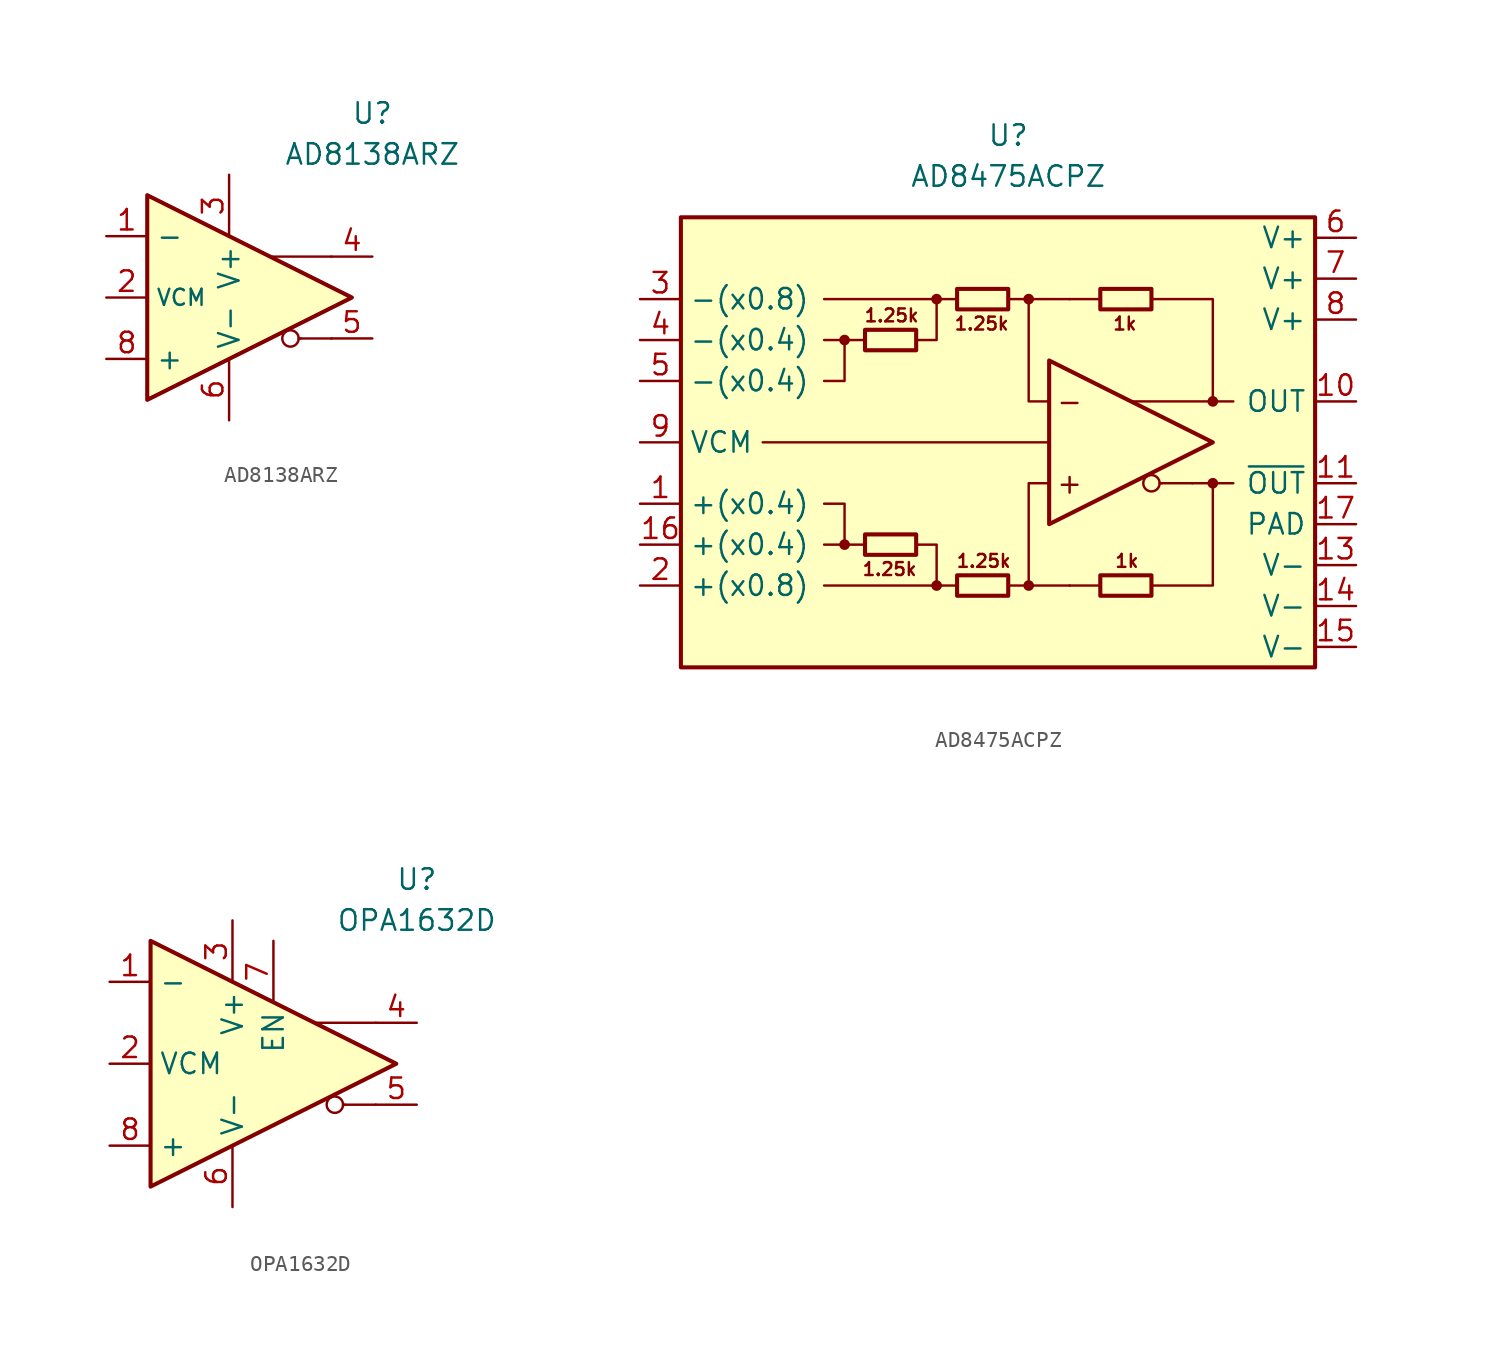
<source format=kicad_sym>
(kicad_symbol_lib
  (version 20211014)
  (generator kicad_symbol_editor)
  (symbol "AD8138ARZ"
    (property "Reference" "U"
      (at 8.89 11.43 0)
      (effects (font (size 1.27 1.27))))
    (property "Value" "AD8138ARZ"
      (at 8.89 8.89 0)
      (effects (font (size 1.27 1.27))))
    (symbol "AD8138ARZ_0_0"
      (polyline (pts (xy 4.445 -2.54) (xy 4.318 -2.54)) (stroke (width 0.152) (type default) (color 0 0 0 0)) (fill (type none)))
      (polyline (pts (xy 6.35 -2.54) (xy 4.445 -2.54)) (stroke (width 0.152) (type default) (color 0 0 0 0)) (fill (type none)))
      (polyline (pts (xy 6.35 2.54) (xy 2.54 2.54)) (stroke (width 0.152) (type default) (color 0 0 0 0)) (fill (type none)))
      (circle (center 3.81 -2.54) (radius 0.508) (stroke (width 0.152) (type default) (color 0 0 0 0)) (fill (type none))))
    (symbol "AD8138ARZ_0_1"
      (polyline (pts (xy -5.08 6.35) (xy -5.08 -6.35) (xy 7.62 0) (xy -5.08 6.35)) (stroke (width 0.254) (type default) (color 0 0 0 0)) (fill (type background))))
    (symbol "AD8138ARZ_1_1"
      (pin input line (at -7.62 3.81 0) (length 2.54) (name "-" (effects (font (size 1.27 1.27)))) (number "1" (effects (font (size 1.27 1.27)))))
      (pin input line (at -7.62 0 0) (length 2.54) (name "VCM" (effects (font (size 1 1)))) (number "2" (effects (font (size 1.27 1.27)))))
      (pin power_in line (at 0 7.62 270) (length 3.84) (name "V+" (effects (font (size 1.27 1.27)))) (number "3" (effects (font (size 1.27 1.27)))))
      (pin output line (at 8.89 2.54 180) (length 2.54) (name "~" (effects (font (size 1.27 1.27)))) (number "4" (effects (font (size 1.27 1.27)))))
      (pin output line (at 8.89 -2.54 180) (length 2.54) (name "~" (effects (font (size 1.27 1.27)))) (number "5" (effects (font (size 1.27 1.27)))))
      (pin power_in line (at 0 -7.62 90) (length 3.84) (name "V-" (effects (font (size 1.27 1.27)))) (number "6" (effects (font (size 1.27 1.27)))))
      (pin no_connect line (at 0 0 0) (length 2.54) hide (name "NC" (effects (font (size 1.27 1.27)))) (number "7" (effects (font (size 1.27 1.27)))))
      (pin input line (at -7.62 -3.81 0) (length 2.54) (name "+" (effects (font (size 1.27 1.27)))) (number "8" (effects (font (size 1.27 1.27)))))))
  (symbol "AD8475ACPZ"
    (property "Reference" "U"
      (at 0 19.05 0)
      (effects (font (size 1.27 1.27))))
    (property "Value" "AD8475ACPZ"
      (at 0 16.51 0)
      (effects (font (size 1.27 1.27))))
    (symbol "AD8475ACPZ_0_0"
      (rectangle (start -20.32 13.97) (end 19.05 -13.97) (stroke (width 0.254) (type default) (color 0 0 0 0)) (fill (type background)))
      (circle (center -10.16 -6.35) (radius 0.254) (stroke (width 0.152) (type default) (color 0 0 0 0)) (fill (type outline)))
      (circle (center -10.16 6.35) (radius 0.254) (stroke (width 0.152) (type default) (color 0 0 0 0)) (fill (type outline)))
      (circle (center -4.445 -8.89) (radius 0.254) (stroke (width 0.152) (type default) (color 0 0 0 0)) (fill (type outline)))
      (circle (center -4.445 8.89) (radius 0.254) (stroke (width 0.152) (type default) (color 0 0 0 0)) (fill (type outline)))
      (polyline (pts (xy -8.89 -6.35) (xy -11.43 -6.35)) (stroke (width 0.152) (type default) (color 0 0 0 0)) (fill (type none)))
      (polyline (pts (xy -8.89 6.35) (xy -11.43 6.35)) (stroke (width 0.152) (type default) (color 0 0 0 0)) (fill (type none)))
      (polyline (pts (xy -4.445 8.89) (xy -11.43 8.89)) (stroke (width 0.152) (type default) (color 0 0 0 0)) (fill (type none)))
      (polyline (pts (xy -3.175 -8.89) (xy -11.43 -8.89)) (stroke (width 0.152) (type default) (color 0 0 0 0)) (fill (type none)))
      (polyline (pts (xy -3.175 8.89) (xy -4.445 8.89)) (stroke (width 0.152) (type default) (color 0 0 0 0)) (fill (type none)))
      (polyline (pts (xy 1.27 8.89) (xy 3.81 8.89)) (stroke (width 0.152) (type default) (color 0 0 0 0)) (fill (type none)))
      (polyline (pts (xy 3.81 -8.89) (xy 1.27 -8.89)) (stroke (width 0.152) (type default) (color 0 0 0 0)) (fill (type none)))
      (polyline (pts (xy 5.715 -8.89) (xy 3.81 -8.89)) (stroke (width 0.152) (type default) (color 0 0 0 0)) (fill (type none)))
      (polyline (pts (xy 5.715 8.89) (xy 3.81 8.89)) (stroke (width 0.152) (type default) (color 0 0 0 0)) (fill (type none)))
      (polyline (pts (xy 9.525 -2.54) (xy 9.398 -2.54)) (stroke (width 0.152) (type default) (color 0 0 0 0)) (fill (type none)))
      (polyline (pts (xy 11.43 -2.54) (xy 9.525 -2.54)) (stroke (width 0.152) (type default) (color 0 0 0 0)) (fill (type none)))
      (polyline (pts (xy 12.7 -2.54) (xy 13.97 -2.54)) (stroke (width 0.152) (type default) (color 0 0 0 0)) (fill (type none)))
      (polyline (pts (xy 12.7 2.54) (xy 13.97 2.54)) (stroke (width 0.152) (type default) (color 0 0 0 0)) (fill (type none)))
      (polyline (pts (xy -10.16 -6.35) (xy -10.16 -3.81) (xy -11.43 -3.81)) (stroke (width 0.152) (type default) (color 0 0 0 0)) (fill (type none)))
      (polyline (pts (xy -10.16 6.35) (xy -10.16 3.81) (xy -11.43 3.81)) (stroke (width 0.152) (type default) (color 0 0 0 0)) (fill (type none)))
      (polyline (pts (xy -5.715 -6.35) (xy -4.445 -6.35) (xy -4.445 -8.89)) (stroke (width 0.152) (type default) (color 0 0 0 0)) (fill (type none)))
      (polyline (pts (xy -5.715 6.35) (xy -4.445 6.35) (xy -4.445 8.89)) (stroke (width 0.152) (type default) (color 0 0 0 0)) (fill (type none)))
      (polyline (pts (xy 0 -8.89) (xy 1.27 -8.89) (xy 1.27 -2.54) (xy 2.54 -2.54)) (stroke (width 0.152) (type default) (color 0 0 0 0)) (fill (type none)))
      (polyline (pts (xy 2.54 2.54) (xy 1.27 2.54) (xy 1.27 8.89) (xy 0 8.89)) (stroke (width 0.152) (type default) (color 0 0 0 0)) (fill (type none)))
      (polyline (pts (xy 8.89 8.89) (xy 12.7 8.89) (xy 12.7 2.54) (xy 7.62 2.54)) (stroke (width 0.152) (type default) (color 0 0 0 0)) (fill (type none)))
      (polyline (pts (xy 11.43 -2.54) (xy 12.7 -2.54) (xy 12.7 -8.89) (xy 8.89 -8.89)) (stroke (width 0.152) (type default) (color 0 0 0 0)) (fill (type none)))
      (circle (center 1.27 -8.89) (radius 0.254) (stroke (width 0.152) (type default) (color 0 0 0 0)) (fill (type outline)))
      (circle (center 1.27 8.89) (radius 0.254) (stroke (width 0.152) (type default) (color 0 0 0 0)) (fill (type outline)))
      (circle (center 8.89 -2.54) (radius 0.508) (stroke (width 0.152) (type default) (color 0 0 0 0)) (fill (type none)))
      (circle (center 12.7 -2.54) (radius 0.254) (stroke (width 0.152) (type default) (color 0 0 0 0)) (fill (type outline)))
      (circle (center 12.7 2.54) (radius 0.254) (stroke (width 0.152) (type default) (color 0 0 0 0)) (fill (type outline)))
      (text "+" (at 3.81 -2.54 0) (effects (font (size 1.27 1.27))))
      (text "-" (at 3.81 2.54 0) (effects (font (size 1.27 1.27))))
      (text "1.25k" (at -7.366 -7.874 0) (effects (font (size 0.8 0.8))))
      (text "1.25k" (at -7.239 7.874 0) (effects (font (size 0.8 0.8))))
      (text "1.25k" (at -1.651 7.366 0) (effects (font (size 0.8 0.8))))
      (text "1.25k" (at -1.524 -7.366 0) (effects (font (size 0.8 0.8))))
      (text "1k" (at 7.239 7.366 0) (effects (font (size 0.8 0.8))))
      (text "1k" (at 7.366 -7.366 0) (effects (font (size 0.8 0.8)))))
    (symbol "AD8475ACPZ_0_1"
      (rectangle (start -8.89 6.985) (end -5.715 5.715) (stroke (width 0.254) (type default) (color 0 0 0 0)) (fill (type none)))
      (rectangle (start -5.715 -6.985) (end -8.89 -5.715) (stroke (width 0.254) (type default) (color 0 0 0 0)) (fill (type none)))
      (rectangle (start -3.175 -8.255) (end 0 -9.525) (stroke (width 0.254) (type default) (color 0 0 0 0)) (fill (type none)))
      (polyline (pts (xy 2.54 0) (xy -15.24 0)) (stroke (width 0.152) (type default) (color 0 0 0 0)) (fill (type none)))
      (polyline (pts (xy 2.54 5.08) (xy 2.54 -5.08) (xy 12.7 0) (xy 2.54 5.08)) (stroke (width 0.254) (type default) (color 0 0 0 0)) (fill (type none)))
      (rectangle (start 0 8.255) (end -3.175 9.525) (stroke (width 0.254) (type default) (color 0 0 0 0)) (fill (type none)))
      (rectangle (start 5.715 -8.255) (end 8.89 -9.525) (stroke (width 0.254) (type default) (color 0 0 0 0)) (fill (type none)))
      (rectangle (start 8.89 8.255) (end 5.715 9.525) (stroke (width 0.254) (type default) (color 0 0 0 0)) (fill (type none))))
    (symbol "AD8475ACPZ_1_1"
      (pin input line (at -22.86 -3.81 0) (length 2.54) (name "+(x0.4)" (effects (font (size 1.27 1.27)))) (number "1" (effects (font (size 1.27 1.27)))))
      (pin output line (at 21.59 2.54 180) (length 2.54) (name "OUT" (effects (font (size 1.27 1.27)))) (number "10" (effects (font (size 1.27 1.27)))))
      (pin output line (at 21.59 -2.54 180) (length 2.54) (name "~{OUT}" (effects (font (size 1.27 1.27)))) (number "11" (effects (font (size 1.27 1.27)))))
      (pin no_connect line (at -1.27 0 0) (length 2.54) hide (name "NC" (effects (font (size 1.27 1.27)))) (number "12" (effects (font (size 1.27 1.27)))))
      (pin power_in line (at 21.59 -7.62 180) (length 2.54) (name "V-" (effects (font (size 1.27 1.27)))) (number "13" (effects (font (size 1.27 1.27)))))
      (pin power_in line (at 21.59 -10.16 180) (length 2.54) (name "V-" (effects (font (size 1.27 1.27)))) (number "14" (effects (font (size 1.27 1.27)))))
      (pin power_in line (at 21.59 -12.7 180) (length 2.54) (name "V-" (effects (font (size 1.27 1.27)))) (number "15" (effects (font (size 1.27 1.27)))))
      (pin input line (at -22.86 -6.35 0) (length 2.54) (name "+(x0.4)" (effects (font (size 1.27 1.27)))) (number "16" (effects (font (size 1.27 1.27)))))
      (pin power_in line (at 21.59 -5.08 180) (length 2.54) (name "PAD" (effects (font (size 1.27 1.27)))) (number "17" (effects (font (size 1.27 1.27)))))
      (pin input line (at -22.86 -8.89 0) (length 2.54) (name "+(x0.8)" (effects (font (size 1.27 1.27)))) (number "2" (effects (font (size 1.27 1.27)))))
      (pin input line (at -22.86 8.89 0) (length 2.54) (name "-(x0.8)" (effects (font (size 1.27 1.27)))) (number "3" (effects (font (size 1.27 1.27)))))
      (pin input line (at -22.86 6.35 0) (length 2.54) (name "-(x0.4)" (effects (font (size 1.27 1.27)))) (number "4" (effects (font (size 1.27 1.27)))))
      (pin input line (at -22.86 3.81 0) (length 2.54) (name "-(x0.4)" (effects (font (size 1.27 1.27)))) (number "5" (effects (font (size 1.27 1.27)))))
      (pin power_in line (at 21.59 12.7 180) (length 2.54) (name "V+" (effects (font (size 1.27 1.27)))) (number "6" (effects (font (size 1.27 1.27)))))
      (pin power_in line (at 21.59 10.16 180) (length 2.54) (name "V+" (effects (font (size 1.27 1.27)))) (number "7" (effects (font (size 1.27 1.27)))))
      (pin power_in line (at 21.59 7.62 180) (length 2.54) (name "V+" (effects (font (size 1.27 1.27)))) (number "8" (effects (font (size 1.27 1.27)))))
      (pin input line (at -22.86 0 0) (length 2.54) (name "VCM" (effects (font (size 1.27 1.27)))) (number "9" (effects (font (size 1.27 1.27)))))))
  (symbol "OPA1632D"
    (property "Reference" "U"
      (at 8.89 11.43 0)
      (effects (font (size 1.27 1.27))))
    (property "Value" "OPA1632D"
      (at 8.89 8.89 0)
      (effects (font (size 1.27 1.27))))
    (symbol "OPA1632D_0_0"
      (polyline (pts (xy 4.445 -2.54) (xy 4.318 -2.54)) (stroke (width 0.152) (type default) (color 0 0 0 0)) (fill (type none)))
      (polyline (pts (xy 6.35 -2.54) (xy 4.445 -2.54)) (stroke (width 0.152) (type default) (color 0 0 0 0)) (fill (type none)))
      (polyline (pts (xy 6.35 2.54) (xy 2.54 2.54)) (stroke (width 0.152) (type default) (color 0 0 0 0)) (fill (type none)))
      (circle (center 3.81 -2.54) (radius 0.508) (stroke (width 0.152) (type default) (color 0 0 0 0)) (fill (type none))))
    (symbol "OPA1632D_0_1"
      (polyline (pts (xy -7.62 7.62) (xy -7.62 -7.62) (xy 7.62 0) (xy -7.62 7.62)) (stroke (width 0.254) (type default) (color 0 0 0 0)) (fill (type background))))
    (symbol "OPA1632D_1_1"
      (pin input line (at -10.16 5.08 0) (length 2.54) (name "-" (effects (font (size 1.27 1.27)))) (number "1" (effects (font (size 1.27 1.27)))))
      (pin input line (at -10.16 0 0) (length 2.54) (name "VCM" (effects (font (size 1.27 1.27)))) (number "2" (effects (font (size 1.27 1.27)))))
      (pin power_in line (at -2.54 8.89 270) (length 3.84) (name "V+" (effects (font (size 1.27 1.27)))) (number "3" (effects (font (size 1.27 1.27)))))
      (pin output line (at 8.89 2.54 180) (length 2.54) (name "~" (effects (font (size 1.27 1.27)))) (number "4" (effects (font (size 1.27 1.27)))))
      (pin output line (at 8.89 -2.54 180) (length 2.54) (name "~" (effects (font (size 1.27 1.27)))) (number "5" (effects (font (size 1.27 1.27)))))
      (pin power_in line (at -2.54 -8.89 90) (length 3.84) (name "V-" (effects (font (size 1.27 1.27)))) (number "6" (effects (font (size 1.27 1.27)))))
      (pin input line (at 0 7.62 270) (length 3.84) (name "EN" (effects (font (size 1.27 1.27)))) (number "7" (effects (font (size 1.27 1.27)))))
      (pin input line (at -10.16 -5.08 0) (length 2.54) (name "+" (effects (font (size 1.27 1.27)))) (number "8" (effects (font (size 1.27 1.27))))))))
</source>
